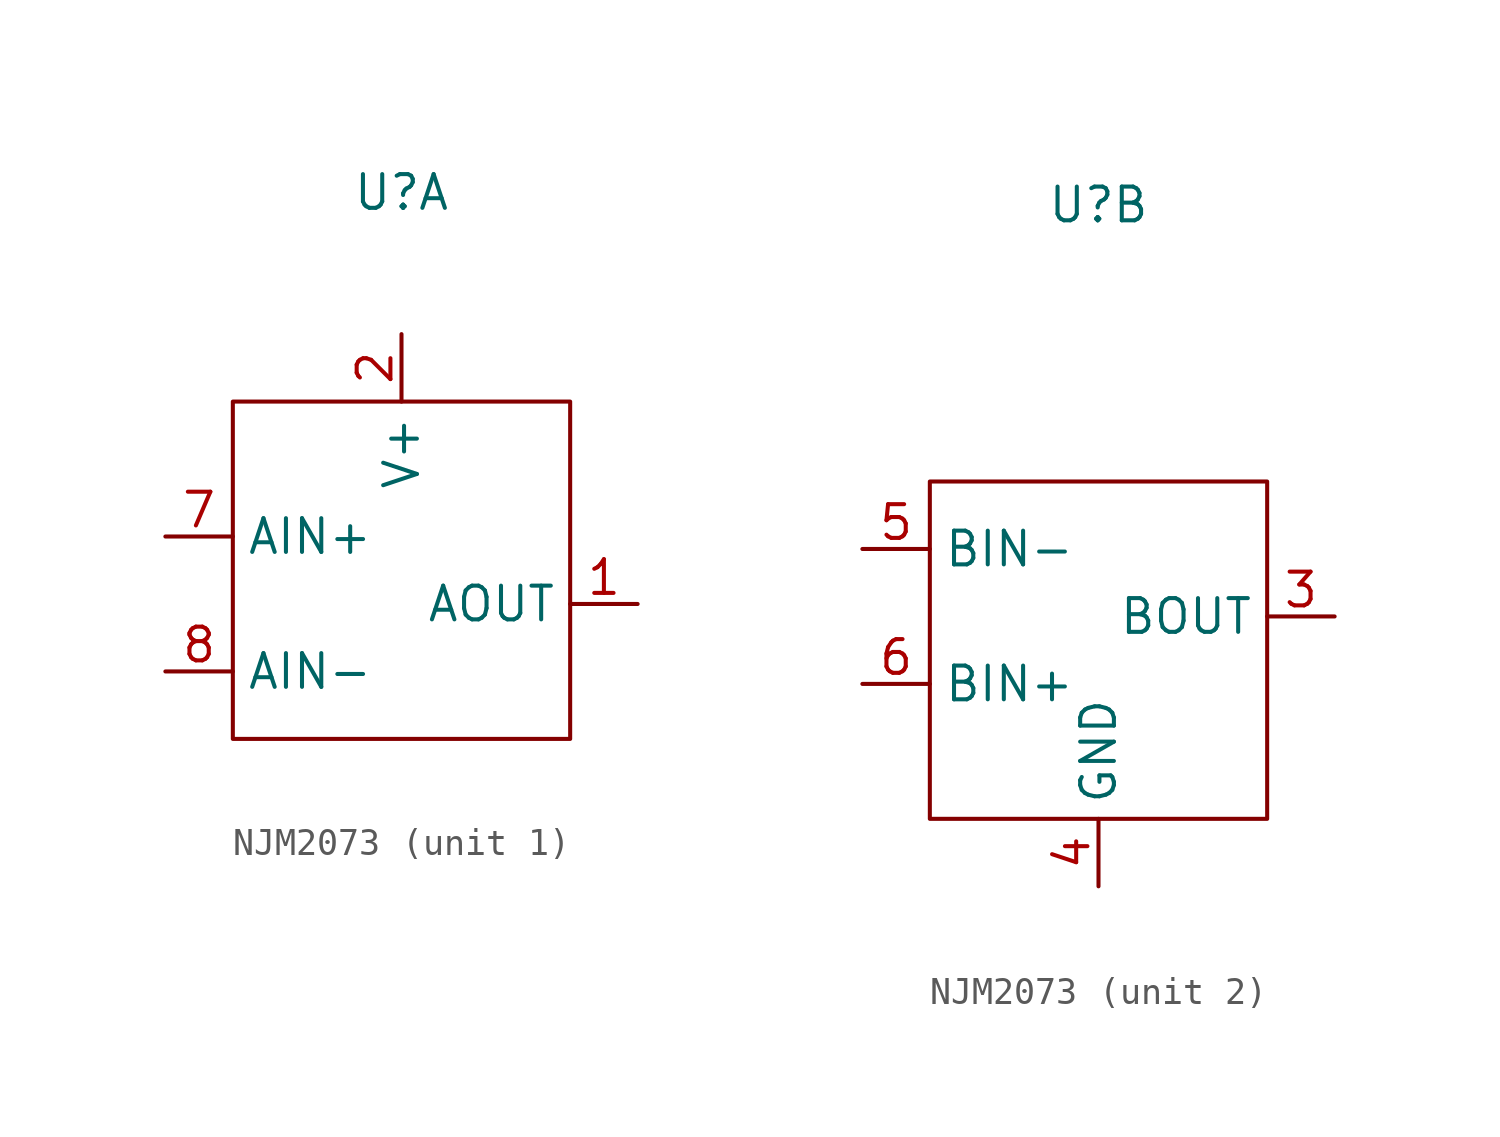
<source format=kicad_sym>
(kicad_symbol_lib
  (version 20231120)
  (generator "kicad_symbol_editor")
  (generator_version "8.0")
  (symbol "NJM2073"
    (property "Reference" "U"
      (at 0 15.494 0)
      (effects (font (size 1.27 1.27))))
    (property "Value" ""
      (at 0 -5.588 0)
      (effects (font (size 1.27 1.27))))
    (property "ki_locked" ""
      (at 0 0 0)
      (effects (font (size 1.27 1.27))))
    (symbol "NJM2073_1_1"
      (rectangle (start -6.35 7.62) (end 6.35 -5.08) (stroke (width 0) (type default)) (fill (type none)))
      (pin output line (at 8.89 0 180) (length 2.54) (name "AOUT" (effects (font (size 1.27 1.27)))) (number "1" (effects (font (size 1.27 1.27)))))
      (pin power_in line (at 0 10.16 270) (length 2.54) (name "V+" (effects (font (size 1.27 1.27)))) (number "2" (effects (font (size 1.27 1.27)))))
      (pin input line (at -8.89 2.54 0) (length 2.54) (name "AIN+" (effects (font (size 1.27 1.27)))) (number "7" (effects (font (size 1.27 1.27)))))
      (pin input line (at -8.89 -2.54 0) (length 2.54) (name "AIN-" (effects (font (size 1.27 1.27)))) (number "8" (effects (font (size 1.27 1.27))))))
    (symbol "NJM2073_2_1"
      (rectangle (start 6.35 5.08) (end -6.35 -7.62) (stroke (width 0) (type default)) (fill (type none)))
      (pin output line (at 8.89 0 180) (length 2.54) (name "BOUT" (effects (font (size 1.27 1.27)))) (number "3" (effects (font (size 1.27 1.27)))))
      (pin power_in line (at 0 -10.16 90) (length 2.54) (name "GND" (effects (font (size 1.27 1.27)))) (number "4" (effects (font (size 1.27 1.27)))))
      (pin input line (at -8.89 2.54 0) (length 2.54) (name "BIN-" (effects (font (size 1.27 1.27)))) (number "5" (effects (font (size 1.27 1.27)))))
      (pin input line (at -8.89 -2.54 0) (length 2.54) (name "BIN+" (effects (font (size 1.27 1.27)))) (number "6" (effects (font (size 1.27 1.27))))))))
</source>
